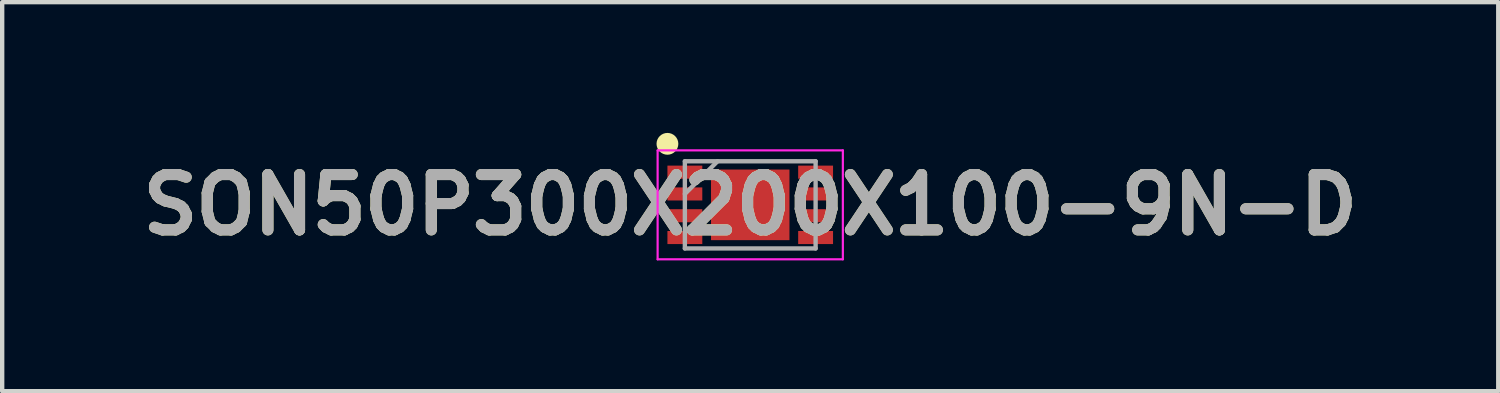
<source format=kicad_pcb>
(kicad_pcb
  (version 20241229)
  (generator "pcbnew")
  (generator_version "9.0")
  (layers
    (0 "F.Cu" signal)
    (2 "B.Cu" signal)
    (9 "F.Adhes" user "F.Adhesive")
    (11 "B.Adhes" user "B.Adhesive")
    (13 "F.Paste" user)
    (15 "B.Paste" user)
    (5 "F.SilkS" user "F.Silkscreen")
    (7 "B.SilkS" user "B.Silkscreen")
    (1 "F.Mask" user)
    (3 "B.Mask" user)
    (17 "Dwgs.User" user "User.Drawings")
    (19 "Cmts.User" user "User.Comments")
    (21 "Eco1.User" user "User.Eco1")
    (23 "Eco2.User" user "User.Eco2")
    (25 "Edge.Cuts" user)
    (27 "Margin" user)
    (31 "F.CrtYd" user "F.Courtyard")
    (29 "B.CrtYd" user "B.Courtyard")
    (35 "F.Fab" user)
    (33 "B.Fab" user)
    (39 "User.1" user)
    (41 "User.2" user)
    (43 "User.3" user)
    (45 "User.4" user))
  (footprint "SON50P300X200X100-9N-D"
    (layer "F.Cu")
    (at 14.164 1.65)
    (property "Reference" "SON50P300X200X100-9N-D" (at 0 0 0) (layer "F.SilkS") (effects (font (size 1.27 1.27) (thickness 0.254))))
    (attr smd)
    (fp_circle (center -1.9 -1.4) (end -1.9 -1.275) (stroke (width 0.25) (type solid)) (fill no) (layer "F.SilkS"))
    (fp_line (start -2.125 -1.25) (end 2.125 -1.25) (stroke (width 0.05) (type solid)) (layer "F.CrtYd"))
    (fp_line (start -2.125 1.25) (end -2.125 -1.25) (stroke (width 0.05) (type solid)) (layer "F.CrtYd"))
    (fp_line (start 2.125 -1.25) (end 2.125 1.25) (stroke (width 0.05) (type solid)) (layer "F.CrtYd"))
    (fp_line (start 2.125 1.25) (end -2.125 1.25) (stroke (width 0.05) (type solid)) (layer "F.CrtYd"))
    (fp_line (start -1.5 -1) (end 1.5 -1) (stroke (width 0.1) (type solid)) (layer "F.Fab"))
    (fp_line (start -1.5 -0.25) (end -0.75 -1) (stroke (width 0.1) (type solid)) (layer "F.Fab"))
    (fp_line (start -1.5 1) (end -1.5 -1) (stroke (width 0.1) (type solid)) (layer "F.Fab"))
    (fp_line (start 1.5 -1) (end 1.5 1) (stroke (width 0.1) (type solid)) (layer "F.Fab"))
    (fp_line (start 1.5 1) (end -1.5 1) (stroke (width 0.1) (type solid)) (layer "F.Fab"))
    (fp_text user "${REFERENCE}" (at 0 0 0) (layer "F.Fab") (effects (font (size 1.27 1.27) (thickness 0.254))))
    (pad "1" smd rect (at -1.5 -0.75 90) (size 0.3 0.8) (layers "F.Cu" "F.Mask" "F.Paste"))
    (pad "2" smd rect (at -1.5 -0.25 90) (size 0.3 0.8) (layers "F.Cu" "F.Mask" "F.Paste"))
    (pad "3" smd rect (at -1.5 0.25 90) (size 0.3 0.8) (layers "F.Cu" "F.Mask" "F.Paste"))
    (pad "4" smd rect (at -1.5 0.75 90) (size 0.3 0.8) (layers "F.Cu" "F.Mask" "F.Paste"))
    (pad "5" smd rect (at 1.5 0.75 90) (size 0.3 0.8) (layers "F.Cu" "F.Mask" "F.Paste"))
    (pad "6" smd rect (at 1.5 0.25 90) (size 0.3 0.8) (layers "F.Cu" "F.Mask" "F.Paste"))
    (pad "7" smd rect (at 1.5 -0.25 90) (size 0.3 0.8) (layers "F.Cu" "F.Mask" "F.Paste"))
    (pad "8" smd rect (at 1.5 -0.75 90) (size 0.3 0.8) (layers "F.Cu" "F.Mask" "F.Paste"))
    (pad "9" smd rect (at 0 0 90) (size 1.62 1.8) (layers "F.Cu" "F.Mask" "F.Paste")))
  (gr_rect
    (start -3 -3)
    (end 31.327 5.925)
    (stroke (width 0.1) (type default))
    (fill no)
    (layer "Edge.Cuts")))
</source>
